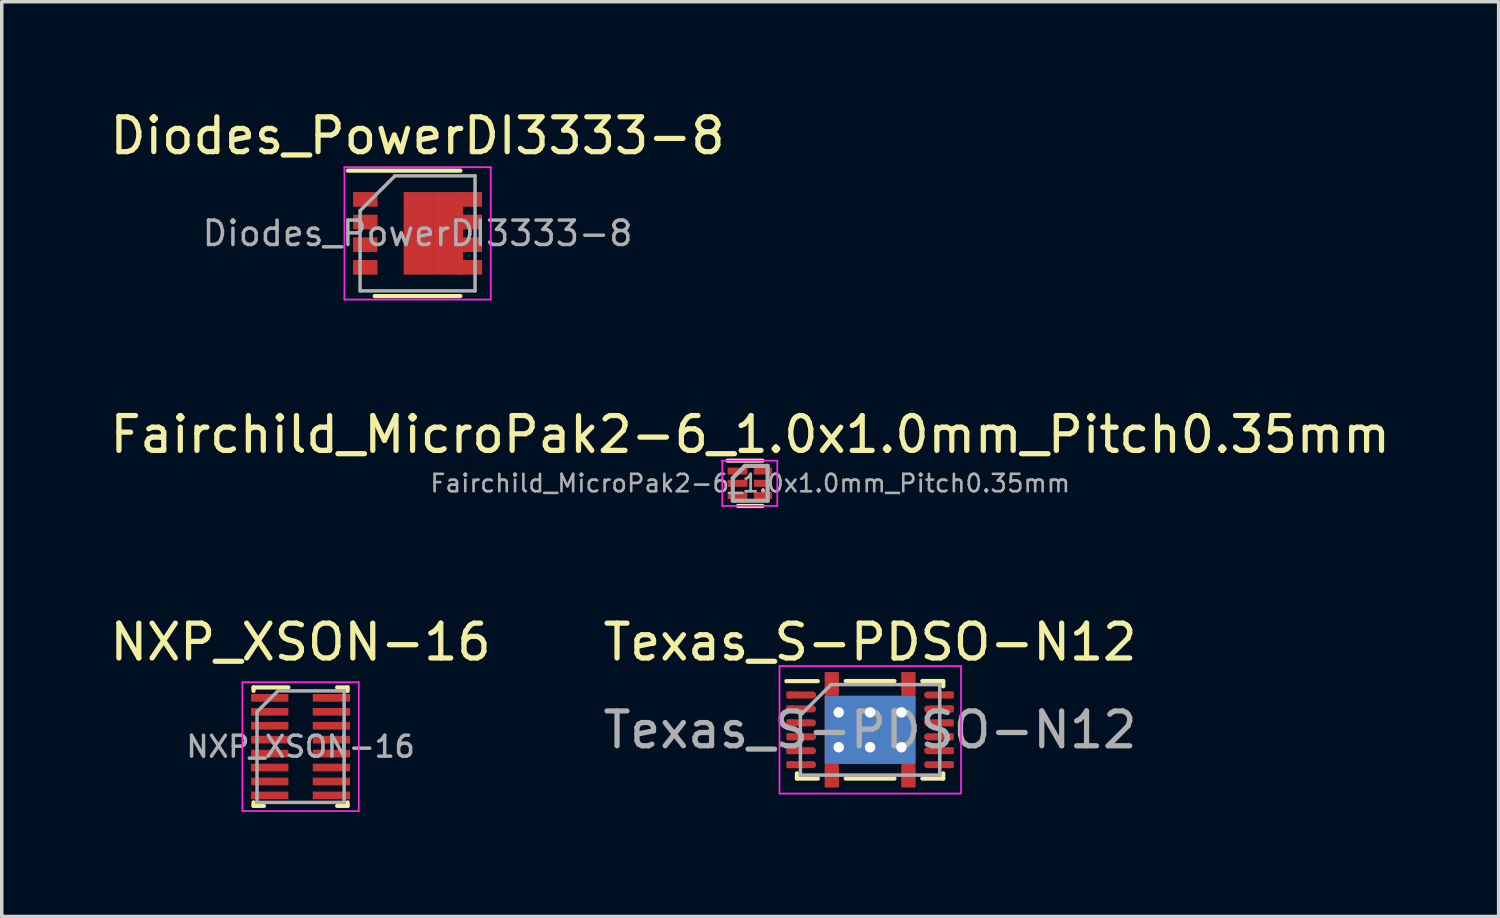
<source format=kicad_pcb>
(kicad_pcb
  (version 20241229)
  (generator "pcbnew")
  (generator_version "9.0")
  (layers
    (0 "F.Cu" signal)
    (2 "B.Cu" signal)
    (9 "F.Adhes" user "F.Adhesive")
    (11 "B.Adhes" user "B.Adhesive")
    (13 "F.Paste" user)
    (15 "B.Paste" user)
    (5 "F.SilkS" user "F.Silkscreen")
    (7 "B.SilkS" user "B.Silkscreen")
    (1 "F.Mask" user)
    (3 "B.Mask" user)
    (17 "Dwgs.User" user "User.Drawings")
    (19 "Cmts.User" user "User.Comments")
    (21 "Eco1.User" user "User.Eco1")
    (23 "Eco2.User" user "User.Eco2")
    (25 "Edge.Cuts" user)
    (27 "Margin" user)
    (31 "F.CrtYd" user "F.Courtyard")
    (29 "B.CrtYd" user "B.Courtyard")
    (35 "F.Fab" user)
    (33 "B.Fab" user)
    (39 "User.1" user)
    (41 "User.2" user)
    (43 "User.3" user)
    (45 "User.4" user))
  (footprint "Fairchild_MicroPak2-6_1.0x1.0mm_Pitch0.35mm"
    (layer "F.Cu")
    (at 18.47 10.822)
    (property "Reference" "Fairchild_MicroPak2-6_1.0x1.0mm_Pitch0.35mm" (at 0.013 -1.4 0) (layer "F.SilkS") (effects (font (size 1 1) (thickness 0.15))))
    (attr smd)
    (fp_line (start -0.338 0.65) (end 0.362 0.65) (stroke (width 0.12) (type solid)) (layer "F.SilkS"))
    (fp_line (start 0.362 -0.65) (end -0.637 -0.65) (stroke (width 0.12) (type solid)) (layer "F.SilkS"))
    (fp_line (start -0.79 -0.65) (end -0.79 0.65) (stroke (width 0.05) (type solid)) (layer "F.CrtYd"))
    (fp_line (start -0.79 -0.65) (end 0.79 -0.65) (stroke (width 0.05) (type solid)) (layer "F.CrtYd"))
    (fp_line (start 0.79 0.65) (end -0.79 0.65) (stroke (width 0.05) (type solid)) (layer "F.CrtYd"))
    (fp_line (start 0.79 0.65) (end 0.79 -0.65) (stroke (width 0.05) (type solid)) (layer "F.CrtYd"))
    (fp_line (start -0.487 -0.15) (end -0.138 -0.5) (stroke (width 0.12) (type solid)) (layer "F.Fab"))
    (fp_line (start -0.487 0.5) (end -0.487 -0.15) (stroke (width 0.12) (type solid)) (layer "F.Fab"))
    (fp_line (start -0.138 -0.5) (end 0.512 -0.5) (stroke (width 0.12) (type solid)) (layer "F.Fab"))
    (fp_line (start 0.512 -0.5) (end 0.512 0.5) (stroke (width 0.12) (type solid)) (layer "F.Fab"))
    (fp_line (start 0.512 0.5) (end -0.487 0.5) (stroke (width 0.12) (type solid)) (layer "F.Fab"))
    (fp_text user "${REFERENCE}" (at 0.013 0 0) (layer "F.Fab") (effects (font (size 0.5 0.5) (thickness 0.075))))
    (pad "1" smd rect (at -0.352 -0.35) (size 0.57 0.2) (layers "F.Cu" "F.Mask" "F.Paste"))
    (pad "2" smd rect (at -0.352 0) (size 0.57 0.2) (layers "F.Cu" "F.Mask" "F.Paste"))
    (pad "3" smd rect (at -0.352 0.35) (size 0.57 0.2) (layers "F.Cu" "F.Mask" "F.Paste"))
    (pad "4" smd rect (at 0.378 0.35) (size 0.52 0.2) (layers "F.Cu" "F.Mask" "F.Paste"))
    (pad "5" smd rect (at 0.378 0) (size 0.52 0.2) (layers "F.Cu" "F.Mask" "F.Paste"))
    (pad "6" smd rect (at 0.378 -0.35) (size 0.52 0.2) (layers "F.Cu" "F.Mask" "F.Paste")))
  (footprint "Diodes_PowerDI3333-8"
    (layer "F.Cu")
    (at 8.935 3.648)
    (property "Reference" "Diodes_PowerDI3333-8" (at 0 -2.8 0) (layer "F.SilkS") (effects (font (size 1 1) (thickness 0.15))))
    (attr smd)
    (fp_line (start -1.23 1.8) (end 1.23 1.8) (stroke (width 0.12) (type solid)) (layer "F.SilkS"))
    (fp_line (start 1.23 -1.8) (end -2 -1.8) (stroke (width 0.12) (type solid)) (layer "F.SilkS"))
    (fp_line (start -2.1 -1.9) (end -2.1 1.9) (stroke (width 0.05) (type solid)) (layer "F.CrtYd"))
    (fp_line (start -2.1 1.9) (end 2.1 1.9) (stroke (width 0.05) (type solid)) (layer "F.CrtYd"))
    (fp_line (start 2.1 -1.9) (end -2.1 -1.9) (stroke (width 0.05) (type solid)) (layer "F.CrtYd"))
    (fp_line (start 2.1 1.9) (end 2.1 -1.9) (stroke (width 0.05) (type solid)) (layer "F.CrtYd"))
    (fp_line (start -1.65 -0.65) (end -1.65 1.65) (stroke (width 0.1) (type solid)) (layer "F.Fab"))
    (fp_line (start -1.65 1.65) (end 1.65 1.65) (stroke (width 0.1) (type solid)) (layer "F.Fab"))
    (fp_line (start -0.65 -1.65) (end -1.65 -0.65) (stroke (width 0.1) (type solid)) (layer "F.Fab"))
    (fp_line (start 1.65 -1.65) (end -0.65 -1.65) (stroke (width 0.1) (type solid)) (layer "F.Fab"))
    (fp_line (start 1.65 1.65) (end 1.65 -1.65) (stroke (width 0.1) (type solid)) (layer "F.Fab"))
    (fp_text user "${REFERENCE}" (at 0 0 0) (layer "F.Fab") (effects (font (size 0.7 0.7) (thickness 0.1))))
    (pad "1" smd rect (at -1.5 -0.975) (size 0.7 0.42) (layers "F.Cu" "F.Mask" "F.Paste"))
    (pad "2" smd rect (at -1.5 -0.325) (size 0.7 0.42) (layers "F.Cu" "F.Mask" "F.Paste"))
    (pad "3" smd rect (at -1.5 0.325) (size 0.7 0.42) (layers "F.Cu" "F.Mask" "F.Paste"))
    (pad "4" smd rect (at -1.5 0.975) (size 0.7 0.42) (layers "F.Cu" "F.Mask" "F.Paste"))
    (pad "5" smd rect (at 0.03 -0.59) (size 0.86 1.19) (layers "F.Cu" "F.Mask" "F.Paste"))
    (pad "5" smd rect (at 0.03 0.59) (size 0.86 1.19) (layers "F.Cu" "F.Mask" "F.Paste"))
    (pad "5" smd rect (at 0.88 -0.59) (size 0.86 1.19) (layers "F.Cu" "F.Mask" "F.Paste"))
    (pad "5" smd rect (at 0.88 0.59) (size 0.86 1.19) (layers "F.Cu" "F.Mask" "F.Paste"))
    (pad "5" smd rect (at 1.5 -0.975) (size 0.7 0.42) (layers "F.Cu" "F.Mask" "F.Paste"))
    (pad "5" smd rect (at 1.5 -0.325) (size 0.7 0.42) (layers "F.Cu" "F.Mask" "F.Paste"))
    (pad "5" smd rect (at 1.5 0.325) (size 0.7 0.42) (layers "F.Cu" "F.Mask" "F.Paste"))
    (pad "5" smd rect (at 1.5 0.975) (size 0.7 0.42) (layers "F.Cu" "F.Mask" "F.Paste")))
  (footprint "NXP_XSON-16"
    (layer "F.Cu")
    (at 5.577 18.38)
    (property "Reference" "NXP_XSON-16" (at 0 -3 0) (layer "F.SilkS") (effects (font (size 1 1) (thickness 0.15))))
    (attr smd)
    (fp_line (start -1.35 -1.7) (end -1.35 -1.6) (stroke (width 0.12) (type solid)) (layer "F.SilkS"))
    (fp_line (start -1.35 -1.7) (end -0.35 -1.7) (stroke (width 0.12) (type solid)) (layer "F.SilkS"))
    (fp_line (start -1.35 1.6) (end -1.35 1.7) (stroke (width 0.12) (type solid)) (layer "F.SilkS"))
    (fp_line (start -1.35 1.7) (end -1.05 1.7) (stroke (width 0.12) (type solid)) (layer "F.SilkS"))
    (fp_line (start 1.35 -1.7) (end 1.05 -1.7) (stroke (width 0.12) (type solid)) (layer "F.SilkS"))
    (fp_line (start 1.35 -1.7) (end 1.35 -1.6) (stroke (width 0.12) (type solid)) (layer "F.SilkS"))
    (fp_line (start 1.35 1.6) (end 1.35 1.7) (stroke (width 0.12) (type solid)) (layer "F.SilkS"))
    (fp_line (start 1.35 1.7) (end 1.05 1.7) (stroke (width 0.12) (type solid)) (layer "F.SilkS"))
    (fp_line (start -1.67 -1.85) (end -1.67 1.85) (stroke (width 0.05) (type solid)) (layer "F.CrtYd"))
    (fp_line (start -1.67 -1.85) (end 1.67 -1.85) (stroke (width 0.05) (type solid)) (layer "F.CrtYd"))
    (fp_line (start 1.67 1.85) (end -1.67 1.85) (stroke (width 0.05) (type solid)) (layer "F.CrtYd"))
    (fp_line (start 1.67 1.85) (end 1.67 -1.85) (stroke (width 0.05) (type solid)) (layer "F.CrtYd"))
    (fp_line (start -1.25 -0.975) (end -1.25 1.6) (stroke (width 0.1) (type solid)) (layer "F.Fab"))
    (fp_line (start -1.25 1.6) (end 1.25 1.6) (stroke (width 0.1) (type solid)) (layer "F.Fab"))
    (fp_line (start -0.65 -1.6) (end -1.25 -1) (stroke (width 0.1) (type solid)) (layer "F.Fab"))
    (fp_line (start -0.625 -1.6) (end 1.25 -1.6) (stroke (width 0.1) (type solid)) (layer "F.Fab"))
    (fp_line (start 1.25 -1.6) (end 1.25 1.6) (stroke (width 0.1) (type solid)) (layer "F.Fab"))
    (fp_text user "${REFERENCE}" (at 0 0 0) (layer "F.Fab") (effects (font (size 0.6 0.6) (thickness 0.1))))
    (pad "1" smd rect (at -0.885 -1.4) (size 1.07 0.22) (layers "F.Cu" "F.Mask" "F.Paste"))
    (pad "2" smd rect (at -0.885 -1) (size 1.07 0.22) (layers "F.Cu" "F.Mask" "F.Paste"))
    (pad "3" smd rect (at -0.885 -0.6) (size 1.07 0.22) (layers "F.Cu" "F.Mask" "F.Paste"))
    (pad "4" smd rect (at -0.885 -0.2) (size 1.07 0.22) (layers "F.Cu" "F.Mask" "F.Paste"))
    (pad "5" smd rect (at -0.885 0.2) (size 1.07 0.22) (layers "F.Cu" "F.Mask" "F.Paste"))
    (pad "6" smd rect (at -0.885 0.6) (size 1.07 0.22) (layers "F.Cu" "F.Mask" "F.Paste"))
    (pad "7" smd rect (at -0.885 1) (size 1.07 0.22) (layers "F.Cu" "F.Mask" "F.Paste"))
    (pad "8" smd rect (at -0.885 1.4) (size 1.07 0.22) (layers "F.Cu" "F.Mask" "F.Paste"))
    (pad "9" smd rect (at 0.885 1.4) (size 1.07 0.22) (layers "F.Cu" "F.Mask" "F.Paste"))
    (pad "10" smd rect (at 0.885 1) (size 1.07 0.22) (layers "F.Cu" "F.Mask" "F.Paste"))
    (pad "11" smd rect (at 0.885 0.6) (size 1.07 0.22) (layers "F.Cu" "F.Mask" "F.Paste"))
    (pad "12" smd rect (at 0.885 0.2) (size 1.07 0.22) (layers "F.Cu" "F.Mask" "F.Paste"))
    (pad "13" smd rect (at 0.885 -0.2) (size 1.07 0.22) (layers "F.Cu" "F.Mask" "F.Paste"))
    (pad "14" smd rect (at 0.885 -0.6) (size 1.07 0.22) (layers "F.Cu" "F.Mask" "F.Paste"))
    (pad "15" smd rect (at 0.885 -1) (size 1.07 0.22) (layers "F.Cu" "F.Mask" "F.Paste"))
    (pad "16" smd rect (at 0.885 -1.4) (size 1.07 0.22) (layers "F.Cu" "F.Mask" "F.Paste")))
  (footprint "Texas_S-PDSO-N12"
    (layer "F.Cu")
    (at 21.923 17.897)
    (property "Reference" "Texas_S-PDSO-N12" (at -0.001 -2.517 0) (layer "F.SilkS") (effects (font (size 1 1) (thickness 0.15))))
    (attr smd)
    (fp_line (start -2.1 1.4) (end -2.1 1.25) (stroke (width 0.12) (type solid)) (layer "F.SilkS"))
    (fp_line (start -1.501 -1.397) (end -2.401 -1.397) (stroke (width 0.12) (type solid)) (layer "F.SilkS"))
    (fp_line (start -1.5 1.4) (end -2.1 1.4) (stroke (width 0.12) (type solid)) (layer "F.SilkS"))
    (fp_line (start 0.7 -1.4) (end -0.7 -1.4) (stroke (width 0.12) (type solid)) (layer "F.SilkS"))
    (fp_line (start 0.7 1.4) (end -0.7 1.4) (stroke (width 0.12) (type solid)) (layer "F.SilkS"))
    (fp_line (start 1.5 -1.4) (end 2.1 -1.4) (stroke (width 0.12) (type solid)) (layer "F.SilkS"))
    (fp_line (start 2.1 -1.4) (end 2.1 -1.25) (stroke (width 0.12) (type solid)) (layer "F.SilkS"))
    (fp_line (start 2.1 1.4) (end 1.5 1.4) (stroke (width 0.12) (type solid)) (layer "F.SilkS"))
    (fp_line (start 2.1 1.4) (end 2.1 1.25) (stroke (width 0.12) (type solid)) (layer "F.SilkS"))
    (fp_line (start -2.6 -1.83) (end 2.61 -1.83) (stroke (width 0.05) (type solid)) (layer "F.CrtYd"))
    (fp_line (start -2.6 1.83) (end -2.6 -1.83) (stroke (width 0.05) (type solid)) (layer "F.CrtYd"))
    (fp_line (start -2.6 1.83) (end 2.61 1.83) (stroke (width 0.05) (type solid)) (layer "F.CrtYd"))
    (fp_line (start 2.61 1.82) (end 2.61 -1.83) (stroke (width 0.05) (type solid)) (layer "F.CrtYd"))
    (fp_line (start -2.001 -0.417) (end -2 1.3) (stroke (width 0.1) (type solid)) (layer "F.Fab"))
    (fp_line (start -2.001 -0.417) (end -1.121 -1.297) (stroke (width 0.1) (type solid)) (layer "F.Fab"))
    (fp_line (start -2 1.3) (end 2 1.3) (stroke (width 0.1) (type solid)) (layer "F.Fab"))
    (fp_line (start -1.121 -1.297) (end 1.999 -1.297) (stroke (width 0.1) (type solid)) (layer "F.Fab"))
    (fp_line (start 2 1.3) (end 1.999 -1.297) (stroke (width 0.1) (type solid)) (layer "F.Fab"))
    (fp_text user "${REFERENCE}" (at -0.001 0.003 0) (layer "F.Fab") (effects (font (size 1 1) (thickness 0.15))))
    (pad "1" smd rect (at -2.3 -1) (size 0.2 0.2) (layers "F.Cu" "F.Mask" "F.Paste"))
    (pad "1" smd oval (at -1.975 -1) (size 0.85 0.2) (layers "F.Cu" "F.Mask" "F.Paste"))
    (pad "2" smd rect (at -2.3 -0.6) (size 0.2 0.2) (layers "F.Cu" "F.Mask" "F.Paste"))
    (pad "2" smd oval (at -1.975 -0.6) (size 0.85 0.2) (layers "F.Cu" "F.Mask" "F.Paste"))
    (pad "3" smd rect (at -2.3 -0.2) (size 0.2 0.2) (layers "F.Cu" "F.Mask" "F.Paste"))
    (pad "3" smd oval (at -1.975 -0.2) (size 0.85 0.2) (layers "F.Cu" "F.Mask" "F.Paste"))
    (pad "4" smd rect (at -2.3 0.2) (size 0.2 0.2) (layers "F.Cu" "F.Mask" "F.Paste"))
    (pad "4" smd oval (at -1.975 0.2) (size 0.85 0.2) (layers "F.Cu" "F.Mask" "F.Paste"))
    (pad "5" smd rect (at -2.3 0.6) (size 0.2 0.2) (layers "F.Cu" "F.Mask" "F.Paste"))
    (pad "5" smd oval (at -1.975 0.6) (size 0.85 0.2) (layers "F.Cu" "F.Mask" "F.Paste"))
    (pad "6" smd rect (at -2.3 1) (size 0.2 0.2) (layers "F.Cu" "F.Mask" "F.Paste"))
    (pad "6" smd oval (at -1.975 1) (size 0.85 0.2) (layers "F.Cu" "F.Mask" "F.Paste"))
    (pad "7" smd oval (at 1.975 1) (size 0.85 0.2) (layers "F.Cu" "F.Mask" "F.Paste"))
    (pad "7" smd rect (at 2.3 1) (size 0.2 0.2) (layers "F.Cu" "F.Mask" "F.Paste"))
    (pad "8" smd oval (at 1.975 0.6) (size 0.85 0.2) (layers "F.Cu" "F.Mask" "F.Paste"))
    (pad "8" smd rect (at 2.3 0.6) (size 0.2 0.2) (layers "F.Cu" "F.Mask" "F.Paste"))
    (pad "9" smd oval (at 1.975 0.2) (size 0.85 0.2) (layers "F.Cu" "F.Mask" "F.Paste"))
    (pad "9" smd rect (at 2.3 0.2) (size 0.2 0.2) (layers "F.Cu" "F.Mask" "F.Paste"))
    (pad "10" smd oval (at 1.975 -0.2) (size 0.85 0.2) (layers "F.Cu" "F.Mask" "F.Paste"))
    (pad "10" smd rect (at 2.3 -0.2) (size 0.2 0.2) (layers "F.Cu" "F.Mask" "F.Paste"))
    (pad "11" smd oval (at 1.975 -0.6) (size 0.85 0.2) (layers "F.Cu" "F.Mask" "F.Paste"))
    (pad "11" smd rect (at 2.3 -0.6) (size 0.2 0.2) (layers "F.Cu" "F.Mask" "F.Paste"))
    (pad "12" smd oval (at 1.975 -1) (size 0.85 0.2) (layers "F.Cu" "F.Mask" "F.Paste"))
    (pad "12" smd rect (at 2.3 -1) (size 0.2 0.2) (layers "F.Cu" "F.Mask" "F.Paste"))
    (pad "13" smd rect (at -1.1 -1.365 270) (size 0.575 0.4) (layers "F.Cu" "F.Mask" "F.Paste"))
    (pad "13" smd rect (at -1.1 -1.312 270) (size 0.675 0.4) (layers "F.Cu" "F.Mask"))
    (pad "13" smd rect (at -1.1 1.312 270) (size 0.675 0.4) (layers "F.Cu" "F.Mask"))
    (pad "13" smd rect (at -1.1 1.365 270) (size 0.575 0.4) (layers "F.Cu" "F.Mask" "F.Paste"))
    (pad "13" thru_hole circle (at -0.9 -0.5) (size 0.6 0.6) (drill 0.3) (layers "*.Cu"))
    (pad "13" thru_hole circle (at -0.9 0.5) (size 0.6 0.6) (drill 0.3) (layers "*.Cu"))
    (pad "13" smd rect (at -0.65 -0.487 90) (size 0.975 1.3) (layers "F.Cu" "F.Paste"))
    (pad "13" smd rect (at -0.65 0.487 90) (size 0.975 1.3) (layers "F.Cu" "F.Paste"))
    (pad "13" thru_hole circle (at 0 -0.5) (size 0.6 0.6) (drill 0.3) (layers "*.Cu"))
    (pad "13" smd rect (at 0 0 270) (size 1.95 2.6) (layers "F.Cu" "F.Mask"))
    (pad "13" smd rect (at 0 0 270) (size 1.95 2.6) (layers "F.Mask" "B.Cu"))
    (pad "13" thru_hole circle (at 0 0.5) (size 0.6 0.6) (drill 0.3) (layers "*.Cu"))
    (pad "13" smd rect (at 0.65 -0.487 90) (size 0.975 1.3) (layers "F.Cu" "F.Paste"))
    (pad "13" smd rect (at 0.65 0.487 90) (size 0.975 1.3) (layers "F.Cu" "F.Paste"))
    (pad "13" thru_hole circle (at 0.9 -0.5) (size 0.6 0.6) (drill 0.3) (layers "*.Cu"))
    (pad "13" thru_hole circle (at 0.9 0.5) (size 0.6 0.6) (drill 0.3) (layers "*.Cu"))
    (pad "13" smd rect (at 1.1 -1.365 270) (size 0.575 0.4) (layers "F.Cu" "F.Mask" "F.Paste"))
    (pad "13" smd rect (at 1.1 -1.312 270) (size 0.675 0.4) (layers "F.Cu" "F.Mask"))
    (pad "13" smd rect (at 1.1 1.312 270) (size 0.675 0.4) (layers "F.Cu" "F.Mask"))
    (pad "13" smd rect (at 1.1 1.365 270) (size 0.575 0.4) (layers "F.Cu" "F.Mask" "F.Paste")))
  (gr_rect
    (start -3 -3)
    (end 39.964 23.255)
    (stroke (width 0.1) (type default))
    (fill no)
    (layer "Edge.Cuts")))
</source>
